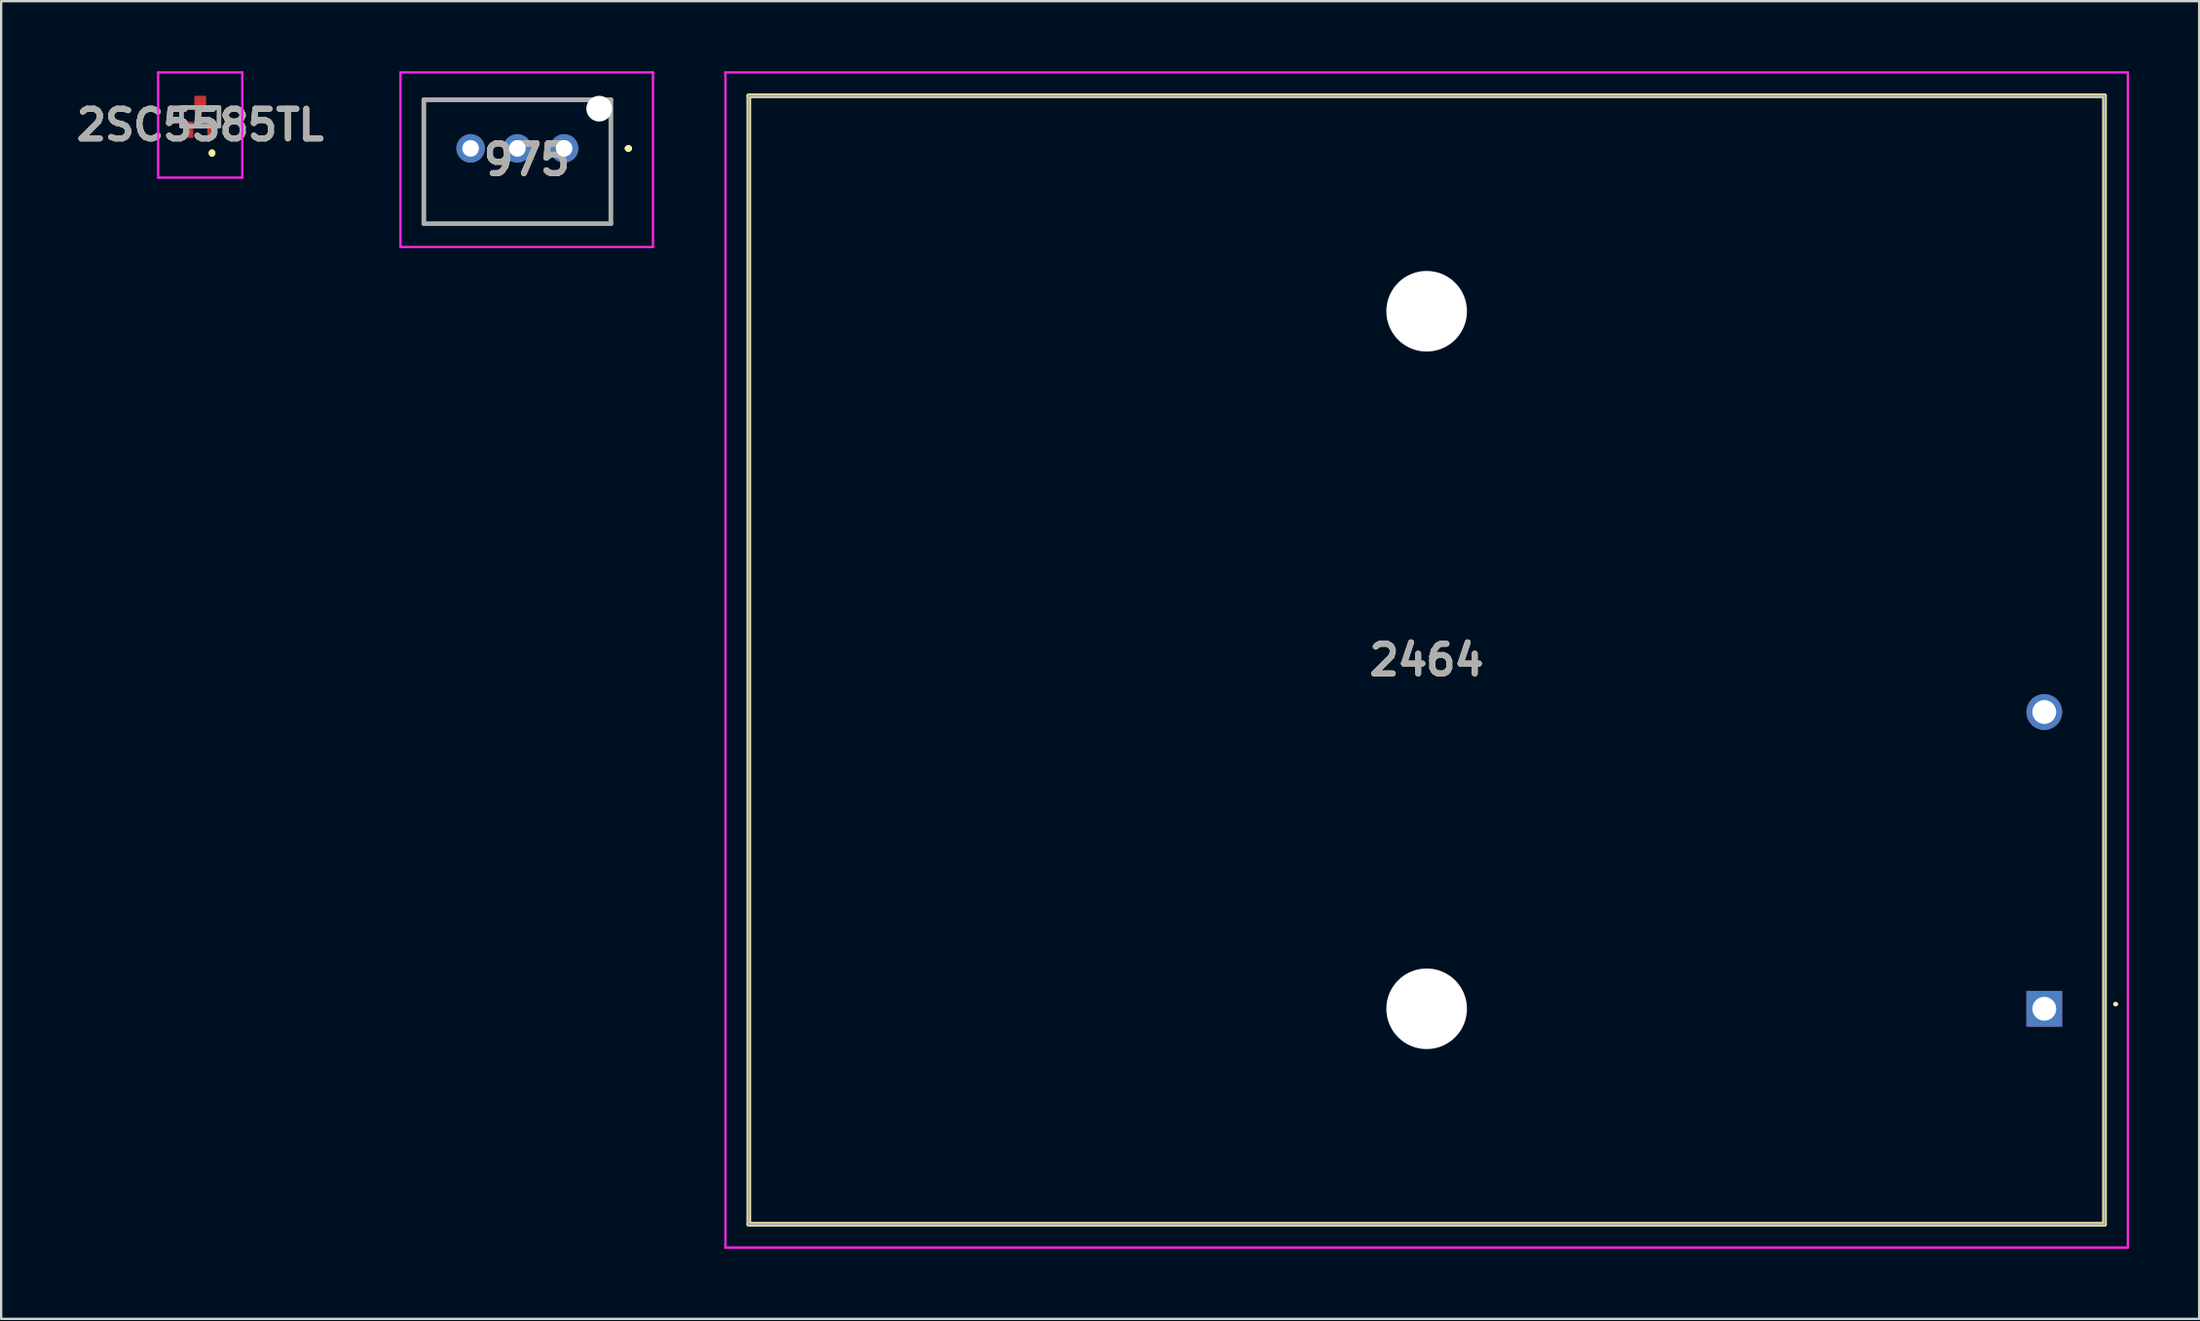
<source format=kicad_pcb>
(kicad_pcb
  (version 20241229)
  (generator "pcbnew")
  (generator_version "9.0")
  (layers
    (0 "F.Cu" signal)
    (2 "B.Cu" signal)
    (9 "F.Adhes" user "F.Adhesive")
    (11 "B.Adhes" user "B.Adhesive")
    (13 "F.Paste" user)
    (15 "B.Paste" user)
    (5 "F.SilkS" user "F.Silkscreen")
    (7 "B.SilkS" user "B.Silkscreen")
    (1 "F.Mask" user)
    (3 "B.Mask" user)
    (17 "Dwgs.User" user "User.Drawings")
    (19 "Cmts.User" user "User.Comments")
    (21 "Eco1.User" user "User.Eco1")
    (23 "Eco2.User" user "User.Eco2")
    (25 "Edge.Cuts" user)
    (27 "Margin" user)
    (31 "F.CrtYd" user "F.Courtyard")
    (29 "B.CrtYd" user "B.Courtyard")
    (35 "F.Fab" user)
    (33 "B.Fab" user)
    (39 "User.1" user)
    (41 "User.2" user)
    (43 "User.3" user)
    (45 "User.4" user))
  (footprint "2464"
    (layer "F.Cu")
    (at 84.396 40.12)
    (property "Reference" "2464" (at -26.42 -14.925 0) (layer "F.SilkS") (effects (font (size 1.27 1.27) (thickness 0.254))))
    (attr through_hole)
    (fp_line (start -55.415 -39.07) (end 2.575 -39.07) (stroke (width 0.2) (type solid)) (layer "F.SilkS"))
    (fp_line (start -55.415 9.22) (end -55.415 -39.07) (stroke (width 0.2) (type solid)) (layer "F.SilkS"))
    (fp_line (start 2.575 -39.07) (end 2.575 9.22) (stroke (width 0.2) (type solid)) (layer "F.SilkS"))
    (fp_line (start 2.575 9.22) (end -55.415 9.22) (stroke (width 0.2) (type solid)) (layer "F.SilkS"))
    (fp_line (start 3 -0.2) (end 3 -0.2) (stroke (width 0.1) (type solid)) (layer "F.SilkS"))
    (fp_line (start 3.1 -0.2) (end 3.1 -0.2) (stroke (width 0.1) (type solid)) (layer "F.SilkS"))
    (fp_arc (start 3 -0.2) (mid 3.05 -0.25) (end 3.1 -0.2) (stroke (width 0.1) (type solid)) (layer "F.SilkS"))
    (fp_arc (start 3.1 -0.2) (mid 3.05 -0.15) (end 3 -0.2) (stroke (width 0.1) (type solid)) (layer "F.SilkS"))
    (fp_line (start -56.415 -40.07) (end 3.575 -40.07) (stroke (width 0.1) (type solid)) (layer "F.CrtYd"))
    (fp_line (start -56.415 10.22) (end -56.415 -40.07) (stroke (width 0.1) (type solid)) (layer "F.CrtYd"))
    (fp_line (start 3.575 -40.07) (end 3.575 10.22) (stroke (width 0.1) (type solid)) (layer "F.CrtYd"))
    (fp_line (start 3.575 10.22) (end -56.415 10.22) (stroke (width 0.1) (type solid)) (layer "F.CrtYd"))
    (fp_line (start -55.415 -39.07) (end 2.575 -39.07) (stroke (width 0.1) (type solid)) (layer "F.Fab"))
    (fp_line (start -55.415 9.22) (end -55.415 -39.07) (stroke (width 0.1) (type solid)) (layer "F.Fab"))
    (fp_line (start 2.575 -39.07) (end 2.575 9.22) (stroke (width 0.1) (type solid)) (layer "F.Fab"))
    (fp_line (start 2.575 9.22) (end -55.415 9.22) (stroke (width 0.1) (type solid)) (layer "F.Fab"))
    (fp_text user "${REFERENCE}" (at -26.42 -14.925 0) (layer "F.Fab") (effects (font (size 1.27 1.27) (thickness 0.254))))
    (pad "" np_thru_hole circle (at -26.42 -29.85) (size 3.45 3.45) (drill 3.45) (layers "*.Cu" "*.Mask"))
    (pad "" np_thru_hole circle (at -26.42 0) (size 3.45 3.45) (drill 3.45) (layers "*.Cu" "*.Mask"))
    (pad "1" thru_hole rect (at 0 0) (size 1.53 1.53) (drill 1.02) (layers "*.Cu" "*.Mask"))
    (pad "2" thru_hole circle (at 0 -12.7) (size 1.53 1.53) (drill 1.02) (layers "*.Cu" "*.Mask")))
  (footprint "975"
    (layer "F.Cu")
    (at 21.081 3.3)
    (property "Reference" "975" (at -1.6 0.485 0) (layer "F.SilkS") (effects (font (size 1.27 1.27) (thickness 0.254))))
    (attr through_hole)
    (fp_line (start -6 -2.08) (end -6 -2.08) (stroke (width 0.1) (type solid)) (layer "F.SilkS"))
    (fp_line (start -6 -2.08) (end -6 -2.08) (stroke (width 0.1) (type solid)) (layer "F.SilkS"))
    (fp_line (start -6 -2.08) (end -6 3.22) (stroke (width 0.1) (type solid)) (layer "F.SilkS"))
    (fp_line (start -6 -2.08) (end 0 -2.08) (stroke (width 0.1) (type solid)) (layer "F.SilkS"))
    (fp_line (start -6 3.22) (end -6 -2.08) (stroke (width 0.1) (type solid)) (layer "F.SilkS"))
    (fp_line (start -6 3.22) (end -6 3.22) (stroke (width 0.1) (type solid)) (layer "F.SilkS"))
    (fp_line (start -6 3.22) (end -6 3.22) (stroke (width 0.1) (type solid)) (layer "F.SilkS"))
    (fp_line (start -6 3.22) (end 2 3.22) (stroke (width 0.1) (type solid)) (layer "F.SilkS"))
    (fp_line (start 0 -2.08) (end -6 -2.08) (stroke (width 0.1) (type solid)) (layer "F.SilkS"))
    (fp_line (start 0 -2.08) (end 0 -2.08) (stroke (width 0.1) (type solid)) (layer "F.SilkS"))
    (fp_line (start 2 -0.25) (end 2 -0.25) (stroke (width 0.1) (type solid)) (layer "F.SilkS"))
    (fp_line (start 2 -0.25) (end 2 0.25) (stroke (width 0.1) (type solid)) (layer "F.SilkS"))
    (fp_line (start 2 0.25) (end 2 -0.25) (stroke (width 0.1) (type solid)) (layer "F.SilkS"))
    (fp_line (start 2 0.25) (end 2 0.25) (stroke (width 0.1) (type solid)) (layer "F.SilkS"))
    (fp_line (start 2 0.25) (end 2 0.25) (stroke (width 0.1) (type solid)) (layer "F.SilkS"))
    (fp_line (start 2 0.25) (end 2 3.22) (stroke (width 0.1) (type solid)) (layer "F.SilkS"))
    (fp_line (start 2 3.22) (end -6 3.22) (stroke (width 0.1) (type solid)) (layer "F.SilkS"))
    (fp_line (start 2 3.22) (end 2 0.25) (stroke (width 0.1) (type solid)) (layer "F.SilkS"))
    (fp_line (start 2 3.22) (end 2 3.22) (stroke (width 0.1) (type solid)) (layer "F.SilkS"))
    (fp_line (start 2 3.22) (end 2 3.22) (stroke (width 0.1) (type solid)) (layer "F.SilkS"))
    (fp_line (start 2.7 0) (end 2.7 0) (stroke (width 0.2) (type solid)) (layer "F.SilkS"))
    (fp_line (start 2.7 0) (end 2.7 0) (stroke (width 0.2) (type solid)) (layer "F.SilkS"))
    (fp_line (start 2.8 0) (end 2.8 0) (stroke (width 0.2) (type solid)) (layer "F.SilkS"))
    (fp_arc (start 2.7 0) (mid 2.75 -0.05) (end 2.8 0) (stroke (width 0.2) (type solid)) (layer "F.SilkS"))
    (fp_arc (start 2.8 0) (mid 2.75 0.05) (end 2.7 0) (stroke (width 0.2) (type solid)) (layer "F.SilkS"))
    (fp_arc (start 2.8 0) (mid 2.75 0.05) (end 2.7 0) (stroke (width 0.2) (type solid)) (layer "F.SilkS"))
    (fp_line (start -7 -3.25) (end 3.8 -3.25) (stroke (width 0.1) (type solid)) (layer "F.CrtYd"))
    (fp_line (start -7 4.22) (end -7 -3.25) (stroke (width 0.1) (type solid)) (layer "F.CrtYd"))
    (fp_line (start 3.8 -3.25) (end 3.8 4.22) (stroke (width 0.1) (type solid)) (layer "F.CrtYd"))
    (fp_line (start 3.8 4.22) (end -7 4.22) (stroke (width 0.1) (type solid)) (layer "F.CrtYd"))
    (fp_line (start -6 -2.08) (end -6 3.22) (stroke (width 0.2) (type solid)) (layer "F.Fab"))
    (fp_line (start -6 3.22) (end 2 3.22) (stroke (width 0.2) (type solid)) (layer "F.Fab"))
    (fp_line (start 2 -2.08) (end -6 -2.08) (stroke (width 0.2) (type solid)) (layer "F.Fab"))
    (fp_line (start 2 3.22) (end 2 -2.08) (stroke (width 0.2) (type solid)) (layer "F.Fab"))
    (fp_text user "${REFERENCE}" (at -1.6 0.485 0) (layer "F.Fab") (effects (font (size 1.27 1.27) (thickness 0.254))))
    (pad "" np_thru_hole circle (at 1.5 -1.7) (size 1.1 1.1) (drill 1.1) (layers "*.Cu" "*.Mask"))
    (pad "1" thru_hole circle (at 0 0) (size 1.217 1.217) (drill 0.71) (layers "*.Cu" "*.Mask"))
    (pad "2" thru_hole circle (at -2 0) (size 1.217 1.217) (drill 0.71) (layers "*.Cu" "*.Mask"))
    (pad "3" thru_hole circle (at -4 0) (size 1.217 1.217) (drill 0.71) (layers "*.Cu" "*.Mask")))
  (footprint "2SC5585TL"
    (layer "F.Cu")
    (at 5.515 1.95)
    (property "Reference" "2SC5585TL" (at 0 0.35 0) (layer "F.SilkS") (effects (font (size 1.27 1.27) (thickness 0.254))))
    (attr smd)
    (fp_line (start 0.5 1.5) (end 0.5 1.5) (stroke (width 0.2) (type solid)) (layer "F.SilkS"))
    (fp_line (start 0.5 1.6) (end 0.5 1.6) (stroke (width 0.2) (type solid)) (layer "F.SilkS"))
    (fp_line (start 0.5 1.6) (end 0.5 1.6) (stroke (width 0.2) (type solid)) (layer "F.SilkS"))
    (fp_arc (start 0.5 1.5) (mid 0.55 1.55) (end 0.5 1.6) (stroke (width 0.2) (type solid)) (layer "F.SilkS"))
    (fp_arc (start 0.5 1.5) (mid 0.55 1.55) (end 0.5 1.6) (stroke (width 0.2) (type solid)) (layer "F.SilkS"))
    (fp_arc (start 0.5 1.6) (mid 0.45 1.55) (end 0.5 1.5) (stroke (width 0.2) (type solid)) (layer "F.SilkS"))
    (fp_line (start -1.8 -1.9) (end 1.8 -1.9) (stroke (width 0.1) (type solid)) (layer "F.CrtYd"))
    (fp_line (start -1.8 2.6) (end -1.8 -1.9) (stroke (width 0.1) (type solid)) (layer "F.CrtYd"))
    (fp_line (start 1.8 -1.9) (end 1.8 2.6) (stroke (width 0.1) (type solid)) (layer "F.CrtYd"))
    (fp_line (start 1.8 2.6) (end -1.8 2.6) (stroke (width 0.1) (type solid)) (layer "F.CrtYd"))
    (fp_line (start -0.8 -0.4) (end -0.8 0.4) (stroke (width 0.2) (type solid)) (layer "F.Fab"))
    (fp_line (start -0.8 0.4) (end 0.8 0.4) (stroke (width 0.2) (type solid)) (layer "F.Fab"))
    (fp_line (start 0.8 -0.4) (end -0.8 -0.4) (stroke (width 0.2) (type solid)) (layer "F.Fab"))
    (fp_line (start 0.8 0.4) (end 0.8 -0.4) (stroke (width 0.2) (type solid)) (layer "F.Fab"))
    (fp_text user "${REFERENCE}" (at 0 0.35 0) (layer "F.Fab") (effects (font (size 1.27 1.27) (thickness 0.254))))
    (pad "1" smd rect (at 0.5 0.55) (size 0.4 0.7) (layers "F.Cu" "F.Mask" "F.Paste"))
    (pad "2" smd rect (at -0.5 0.55) (size 0.4 0.7) (layers "F.Cu" "F.Mask" "F.Paste"))
    (pad "3" smd rect (at 0 -0.55) (size 0.5 0.7) (layers "F.Cu" "F.Mask" "F.Paste")))
  (gr_rect
    (start -3 -3)
    (end 91.021 53.39)
    (stroke (width 0.1) (type default))
    (fill no)
    (layer "Edge.Cuts")))
</source>
